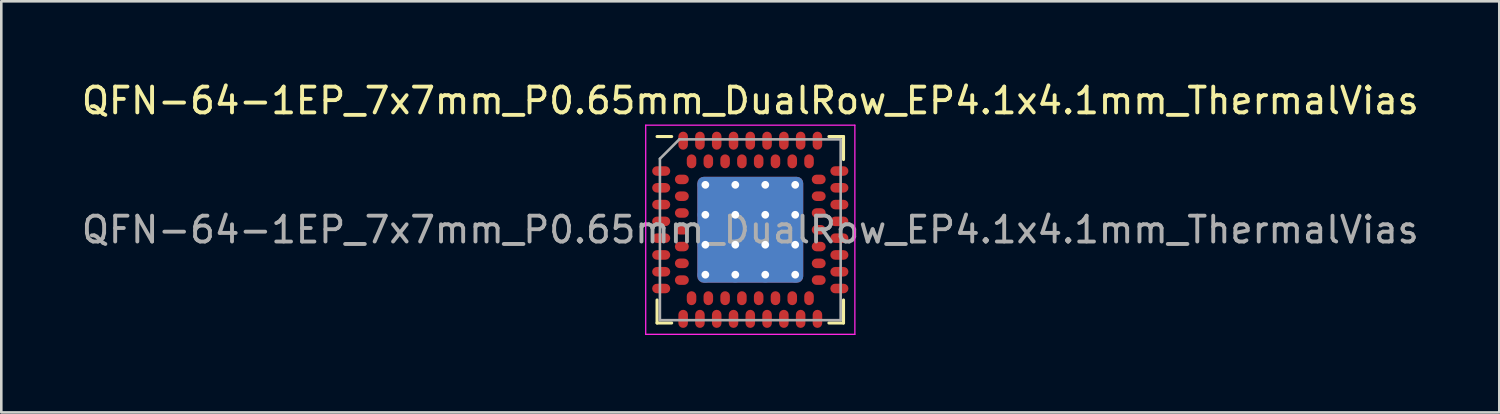
<source format=kicad_pcb>
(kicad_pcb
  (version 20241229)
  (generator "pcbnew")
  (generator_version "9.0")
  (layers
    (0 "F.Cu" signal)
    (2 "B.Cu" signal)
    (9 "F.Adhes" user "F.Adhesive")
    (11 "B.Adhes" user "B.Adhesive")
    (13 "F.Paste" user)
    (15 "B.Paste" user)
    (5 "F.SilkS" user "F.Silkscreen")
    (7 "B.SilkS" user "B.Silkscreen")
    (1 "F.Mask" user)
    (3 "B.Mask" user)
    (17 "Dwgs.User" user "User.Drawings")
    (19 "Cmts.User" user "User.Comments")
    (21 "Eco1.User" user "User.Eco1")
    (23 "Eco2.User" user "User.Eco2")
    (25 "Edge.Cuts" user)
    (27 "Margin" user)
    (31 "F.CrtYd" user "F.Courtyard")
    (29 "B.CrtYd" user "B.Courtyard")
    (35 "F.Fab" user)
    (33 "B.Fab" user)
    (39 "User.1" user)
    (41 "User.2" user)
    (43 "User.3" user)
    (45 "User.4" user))
  (footprint "QFN-64-1EP_7x7mm_P0.65mm_DualRow_EP4.1x4.1mm_ThermalVias"
    (layer "F.Cu")
    (at 26.006 5.848)
    (property "Reference" "QFN-64-1EP_7x7mm_P0.65mm_DualRow_EP4.1x4.1mm_ThermalVias" (at 0 -5 0) (layer "F.SilkS") (effects (font (size 1 1) (thickness 0.15))))
    (attr smd)
    (fp_line (start -3.61 3.61) (end -3.61 2.72) (stroke (width 0.12) (type solid)) (layer "F.SilkS"))
    (fp_line (start -3.045 -3.61) (end -3.61 -3.61) (stroke (width 0.12) (type solid)) (layer "F.SilkS"))
    (fp_line (start -3.045 3.61) (end -3.61 3.61) (stroke (width 0.12) (type solid)) (layer "F.SilkS"))
    (fp_line (start 3.045 -3.61) (end 3.61 -3.61) (stroke (width 0.12) (type solid)) (layer "F.SilkS"))
    (fp_line (start 3.61 -3.61) (end 3.61 -2.72) (stroke (width 0.12) (type solid)) (layer "F.SilkS"))
    (fp_line (start 3.61 2.72) (end 3.61 3.61) (stroke (width 0.12) (type solid)) (layer "F.SilkS"))
    (fp_line (start 3.61 3.61) (end 3.045 3.61) (stroke (width 0.12) (type solid)) (layer "F.SilkS"))
    (fp_line (start -4.05 -4.05) (end 4.05 -4.05) (stroke (width 0.05) (type solid)) (layer "F.CrtYd"))
    (fp_line (start -4.05 4.05) (end -4.05 -4.05) (stroke (width 0.05) (type solid)) (layer "F.CrtYd"))
    (fp_line (start 4.05 -4.05) (end 4.05 4.05) (stroke (width 0.05) (type solid)) (layer "F.CrtYd"))
    (fp_line (start 4.05 4.05) (end -4.05 4.05) (stroke (width 0.05) (type solid)) (layer "F.CrtYd"))
    (fp_line (start -3.5 -2.75) (end -2.75 -3.5) (stroke (width 0.1) (type solid)) (layer "F.Fab"))
    (fp_line (start -3.5 3.5) (end -3.5 -2.75) (stroke (width 0.1) (type solid)) (layer "F.Fab"))
    (fp_line (start -2.75 -3.5) (end 3.5 -3.5) (stroke (width 0.1) (type solid)) (layer "F.Fab"))
    (fp_line (start 3.5 -3.5) (end 3.5 3.5) (stroke (width 0.1) (type solid)) (layer "F.Fab"))
    (fp_line (start 3.5 3.5) (end -3.5 3.5) (stroke (width 0.1) (type solid)) (layer "F.Fab"))
    (fp_text user "${REFERENCE}" (at 0 0 0) (layer "F.Fab") (effects (font (size 1 1) (thickness 0.15))))
    (pad "" smd roundrect (at -1.16 -1.16) (size 1 1) (layers "F.Paste") (roundrect_rratio 0.25))
    (pad "" smd roundrect (at -1.16 0) (size 1 1) (layers "F.Paste") (roundrect_rratio 0.25))
    (pad "" smd roundrect (at -1.16 1.16) (size 1 1) (layers "F.Paste") (roundrect_rratio 0.25))
    (pad "" smd roundrect (at 0 -1.16) (size 1 1) (layers "F.Paste") (roundrect_rratio 0.25))
    (pad "" smd roundrect (at 0 0) (size 1 1) (layers "F.Paste") (roundrect_rratio 0.25))
    (pad "" smd roundrect (at 0 1.16) (size 1 1) (layers "F.Paste") (roundrect_rratio 0.25))
    (pad "" smd roundrect (at 1.16 -1.16) (size 1 1) (layers "F.Paste") (roundrect_rratio 0.25))
    (pad "" smd roundrect (at 1.16 0) (size 1 1) (layers "F.Paste") (roundrect_rratio 0.25))
    (pad "" smd roundrect (at 1.16 1.16) (size 1 1) (layers "F.Paste") (roundrect_rratio 0.25))
    (pad "A1" smd roundrect (at -3.45 -2.275) (size 0.7 0.37) (layers "F.Cu" "F.Mask" "F.Paste") (roundrect_rratio 0.5))
    (pad "A2" smd roundrect (at -3.45 -1.625) (size 0.7 0.37) (layers "F.Cu" "F.Mask" "F.Paste") (roundrect_rratio 0.5))
    (pad "A3" smd roundrect (at -3.45 -0.975) (size 0.7 0.37) (layers "F.Cu" "F.Mask" "F.Paste") (roundrect_rratio 0.5))
    (pad "A4" smd roundrect (at -3.45 -0.325) (size 0.7 0.37) (layers "F.Cu" "F.Mask" "F.Paste") (roundrect_rratio 0.5))
    (pad "A5" smd roundrect (at -3.45 0.325) (size 0.7 0.37) (layers "F.Cu" "F.Mask" "F.Paste") (roundrect_rratio 0.5))
    (pad "A6" smd roundrect (at -3.45 0.975) (size 0.7 0.37) (layers "F.Cu" "F.Mask" "F.Paste") (roundrect_rratio 0.5))
    (pad "A7" smd roundrect (at -3.45 1.625) (size 0.7 0.37) (layers "F.Cu" "F.Mask" "F.Paste") (roundrect_rratio 0.5))
    (pad "A8" smd roundrect (at -3.45 2.275) (size 0.7 0.37) (layers "F.Cu" "F.Mask" "F.Paste") (roundrect_rratio 0.5))
    (pad "A9" smd roundrect (at -2.6 3.45) (size 0.37 0.7) (layers "F.Cu" "F.Mask" "F.Paste") (roundrect_rratio 0.5))
    (pad "A10" smd roundrect (at -1.95 3.45) (size 0.37 0.7) (layers "F.Cu" "F.Mask" "F.Paste") (roundrect_rratio 0.5))
    (pad "A11" smd roundrect (at -1.3 3.45) (size 0.37 0.7) (layers "F.Cu" "F.Mask" "F.Paste") (roundrect_rratio 0.5))
    (pad "A12" smd roundrect (at -0.65 3.45) (size 0.37 0.7) (layers "F.Cu" "F.Mask" "F.Paste") (roundrect_rratio 0.5))
    (pad "A13" smd roundrect (at 0 3.45) (size 0.37 0.7) (layers "F.Cu" "F.Mask" "F.Paste") (roundrect_rratio 0.5))
    (pad "A14" smd roundrect (at 0.65 3.45) (size 0.37 0.7) (layers "F.Cu" "F.Mask" "F.Paste") (roundrect_rratio 0.5))
    (pad "A15" smd roundrect (at 1.3 3.45) (size 0.37 0.7) (layers "F.Cu" "F.Mask" "F.Paste") (roundrect_rratio 0.5))
    (pad "A16" smd roundrect (at 1.95 3.45) (size 0.37 0.7) (layers "F.Cu" "F.Mask" "F.Paste") (roundrect_rratio 0.5))
    (pad "A17" smd roundrect (at 2.6 3.45) (size 0.37 0.7) (layers "F.Cu" "F.Mask" "F.Paste") (roundrect_rratio 0.5))
    (pad "A18" smd roundrect (at 3.45 2.275) (size 0.7 0.37) (layers "F.Cu" "F.Mask" "F.Paste") (roundrect_rratio 0.5))
    (pad "A19" smd roundrect (at 3.45 1.625) (size 0.7 0.37) (layers "F.Cu" "F.Mask" "F.Paste") (roundrect_rratio 0.5))
    (pad "A20" smd roundrect (at 3.45 0.975) (size 0.7 0.37) (layers "F.Cu" "F.Mask" "F.Paste") (roundrect_rratio 0.5))
    (pad "A21" smd roundrect (at 3.45 0.325) (size 0.7 0.37) (layers "F.Cu" "F.Mask" "F.Paste") (roundrect_rratio 0.5))
    (pad "A22" smd roundrect (at 3.45 -0.325) (size 0.7 0.37) (layers "F.Cu" "F.Mask" "F.Paste") (roundrect_rratio 0.5))
    (pad "A23" smd roundrect (at 3.45 -0.975) (size 0.7 0.37) (layers "F.Cu" "F.Mask" "F.Paste") (roundrect_rratio 0.5))
    (pad "A24" smd roundrect (at 3.45 -1.625) (size 0.7 0.37) (layers "F.Cu" "F.Mask" "F.Paste") (roundrect_rratio 0.5))
    (pad "A25" smd roundrect (at 3.45 -2.275) (size 0.7 0.37) (layers "F.Cu" "F.Mask" "F.Paste") (roundrect_rratio 0.5))
    (pad "A26" smd roundrect (at 2.6 -3.45) (size 0.37 0.7) (layers "F.Cu" "F.Mask" "F.Paste") (roundrect_rratio 0.5))
    (pad "A27" smd roundrect (at 1.95 -3.45) (size 0.37 0.7) (layers "F.Cu" "F.Mask" "F.Paste") (roundrect_rratio 0.5))
    (pad "A28" smd roundrect (at 1.3 -3.45) (size 0.37 0.7) (layers "F.Cu" "F.Mask" "F.Paste") (roundrect_rratio 0.5))
    (pad "A29" smd roundrect (at 0.65 -3.45) (size 0.37 0.7) (layers "F.Cu" "F.Mask" "F.Paste") (roundrect_rratio 0.5))
    (pad "A30" smd roundrect (at 0 -3.45) (size 0.37 0.7) (layers "F.Cu" "F.Mask" "F.Paste") (roundrect_rratio 0.5))
    (pad "A31" smd roundrect (at -0.65 -3.45) (size 0.37 0.7) (layers "F.Cu" "F.Mask" "F.Paste") (roundrect_rratio 0.5))
    (pad "A32" smd roundrect (at -1.3 -3.45) (size 0.37 0.7) (layers "F.Cu" "F.Mask" "F.Paste") (roundrect_rratio 0.5))
    (pad "A33" smd roundrect (at -1.95 -3.45) (size 0.37 0.7) (layers "F.Cu" "F.Mask" "F.Paste") (roundrect_rratio 0.5))
    (pad "A34" smd roundrect (at -2.6 -3.45) (size 0.37 0.7) (layers "F.Cu" "F.Mask" "F.Paste") (roundrect_rratio 0.5))
    (pad "B1" smd roundrect (at -2.65 -1.95) (size 0.54 0.37) (layers "F.Cu" "F.Mask" "F.Paste") (roundrect_rratio 0.5))
    (pad "B2" smd roundrect (at -2.65 -1.3) (size 0.54 0.37) (layers "F.Cu" "F.Mask" "F.Paste") (roundrect_rratio 0.5))
    (pad "B3" smd roundrect (at -2.65 -0.65) (size 0.54 0.37) (layers "F.Cu" "F.Mask" "F.Paste") (roundrect_rratio 0.5))
    (pad "B4" smd roundrect (at -2.65 0) (size 0.54 0.37) (layers "F.Cu" "F.Mask" "F.Paste") (roundrect_rratio 0.5))
    (pad "B5" smd roundrect (at -2.65 0.65) (size 0.54 0.37) (layers "F.Cu" "F.Mask" "F.Paste") (roundrect_rratio 0.5))
    (pad "B6" smd roundrect (at -2.65 1.3) (size 0.54 0.37) (layers "F.Cu" "F.Mask" "F.Paste") (roundrect_rratio 0.5))
    (pad "B7" smd roundrect (at -2.65 1.95) (size 0.54 0.37) (layers "F.Cu" "F.Mask" "F.Paste") (roundrect_rratio 0.5))
    (pad "B8" smd roundrect (at -2.275 2.65) (size 0.37 0.54) (layers "F.Cu" "F.Mask" "F.Paste") (roundrect_rratio 0.5))
    (pad "B9" smd roundrect (at -1.625 2.65) (size 0.37 0.54) (layers "F.Cu" "F.Mask" "F.Paste") (roundrect_rratio 0.5))
    (pad "B10" smd roundrect (at -0.975 2.65) (size 0.37 0.54) (layers "F.Cu" "F.Mask" "F.Paste") (roundrect_rratio 0.5))
    (pad "B11" smd roundrect (at -0.325 2.65) (size 0.37 0.54) (layers "F.Cu" "F.Mask" "F.Paste") (roundrect_rratio 0.5))
    (pad "B12" smd roundrect (at 0.325 2.65) (size 0.37 0.54) (layers "F.Cu" "F.Mask" "F.Paste") (roundrect_rratio 0.5))
    (pad "B13" smd roundrect (at 0.975 2.65) (size 0.37 0.54) (layers "F.Cu" "F.Mask" "F.Paste") (roundrect_rratio 0.5))
    (pad "B14" smd roundrect (at 1.625 2.65) (size 0.37 0.54) (layers "F.Cu" "F.Mask" "F.Paste") (roundrect_rratio 0.5))
    (pad "B15" smd roundrect (at 2.275 2.65) (size 0.37 0.54) (layers "F.Cu" "F.Mask" "F.Paste") (roundrect_rratio 0.5))
    (pad "B16" smd roundrect (at 2.65 1.95) (size 0.54 0.37) (layers "F.Cu" "F.Mask" "F.Paste") (roundrect_rratio 0.5))
    (pad "B17" smd roundrect (at 2.65 1.3) (size 0.54 0.37) (layers "F.Cu" "F.Mask" "F.Paste") (roundrect_rratio 0.5))
    (pad "B18" smd roundrect (at 2.65 0.65) (size 0.54 0.37) (layers "F.Cu" "F.Mask" "F.Paste") (roundrect_rratio 0.5))
    (pad "B19" smd roundrect (at 2.65 0) (size 0.54 0.37) (layers "F.Cu" "F.Mask" "F.Paste") (roundrect_rratio 0.5))
    (pad "B20" smd roundrect (at 2.65 -0.65) (size 0.54 0.37) (layers "F.Cu" "F.Mask" "F.Paste") (roundrect_rratio 0.5))
    (pad "B21" smd roundrect (at 2.65 -1.3) (size 0.54 0.37) (layers "F.Cu" "F.Mask" "F.Paste") (roundrect_rratio 0.5))
    (pad "B22" smd roundrect (at 2.65 -1.95) (size 0.54 0.37) (layers "F.Cu" "F.Mask" "F.Paste") (roundrect_rratio 0.5))
    (pad "B23" smd roundrect (at 2.275 -2.65) (size 0.37 0.54) (layers "F.Cu" "F.Mask" "F.Paste") (roundrect_rratio 0.5))
    (pad "B24" smd roundrect (at 1.625 -2.65) (size 0.37 0.54) (layers "F.Cu" "F.Mask" "F.Paste") (roundrect_rratio 0.5))
    (pad "B25" smd roundrect (at 0.975 -2.65) (size 0.37 0.54) (layers "F.Cu" "F.Mask" "F.Paste") (roundrect_rratio 0.5))
    (pad "B26" smd roundrect (at 0.325 -2.65) (size 0.37 0.54) (layers "F.Cu" "F.Mask" "F.Paste") (roundrect_rratio 0.5))
    (pad "B27" smd roundrect (at -0.325 -2.65) (size 0.37 0.54) (layers "F.Cu" "F.Mask" "F.Paste") (roundrect_rratio 0.5))
    (pad "B28" smd roundrect (at -0.975 -2.65) (size 0.37 0.54) (layers "F.Cu" "F.Mask" "F.Paste") (roundrect_rratio 0.5))
    (pad "B29" smd roundrect (at -1.625 -2.65) (size 0.37 0.54) (layers "F.Cu" "F.Mask" "F.Paste") (roundrect_rratio 0.5))
    (pad "B30" smd roundrect (at -2.275 -2.65) (size 0.37 0.54) (layers "F.Cu" "F.Mask" "F.Paste") (roundrect_rratio 0.5))
    (pad "EP" thru_hole circle (at -1.74 -1.74) (size 0.6 0.6) (drill 0.3) (layers "*.Cu"))
    (pad "EP" thru_hole circle (at -1.74 -0.58) (size 0.6 0.6) (drill 0.3) (layers "*.Cu"))
    (pad "EP" thru_hole circle (at -1.74 0.58) (size 0.6 0.6) (drill 0.3) (layers "*.Cu"))
    (pad "EP" thru_hole circle (at -1.74 1.74) (size 0.6 0.6) (drill 0.3) (layers "*.Cu"))
    (pad "EP" thru_hole circle (at -0.58 -1.74) (size 0.6 0.6) (drill 0.3) (layers "*.Cu"))
    (pad "EP" thru_hole circle (at -0.58 -0.58) (size 0.6 0.6) (drill 0.3) (layers "*.Cu"))
    (pad "EP" thru_hole circle (at -0.58 0.58) (size 0.6 0.6) (drill 0.3) (layers "*.Cu"))
    (pad "EP" thru_hole circle (at -0.58 1.74) (size 0.6 0.6) (drill 0.3) (layers "*.Cu"))
    (pad "EP" smd roundrect (at 0 0) (size 4.1 4.1) (layers "F.Cu" "F.Mask") (roundrect_rratio 0.06))
    (pad "EP" smd roundrect (at 0 0) (size 4.1 4.1) (layers "B.Cu") (roundrect_rratio 0.06))
    (pad "EP" thru_hole circle (at 0.58 -1.74) (size 0.6 0.6) (drill 0.3) (layers "*.Cu"))
    (pad "EP" thru_hole circle (at 0.58 -0.58) (size 0.6 0.6) (drill 0.3) (layers "*.Cu"))
    (pad "EP" thru_hole circle (at 0.58 0.58) (size 0.6 0.6) (drill 0.3) (layers "*.Cu"))
    (pad "EP" thru_hole circle (at 0.58 1.74) (size 0.6 0.6) (drill 0.3) (layers "*.Cu"))
    (pad "EP" thru_hole circle (at 1.74 -1.74) (size 0.6 0.6) (drill 0.3) (layers "*.Cu"))
    (pad "EP" thru_hole circle (at 1.74 -0.58) (size 0.6 0.6) (drill 0.3) (layers "*.Cu"))
    (pad "EP" thru_hole circle (at 1.74 0.58) (size 0.6 0.6) (drill 0.3) (layers "*.Cu"))
    (pad "EP" thru_hole circle (at 1.74 1.74) (size 0.6 0.6) (drill 0.3) (layers "*.Cu")))
  (gr_rect
    (start -3 -3)
    (end 55.012 12.923)
    (stroke (width 0.1) (type default))
    (fill no)
    (layer "Edge.Cuts")))
</source>
